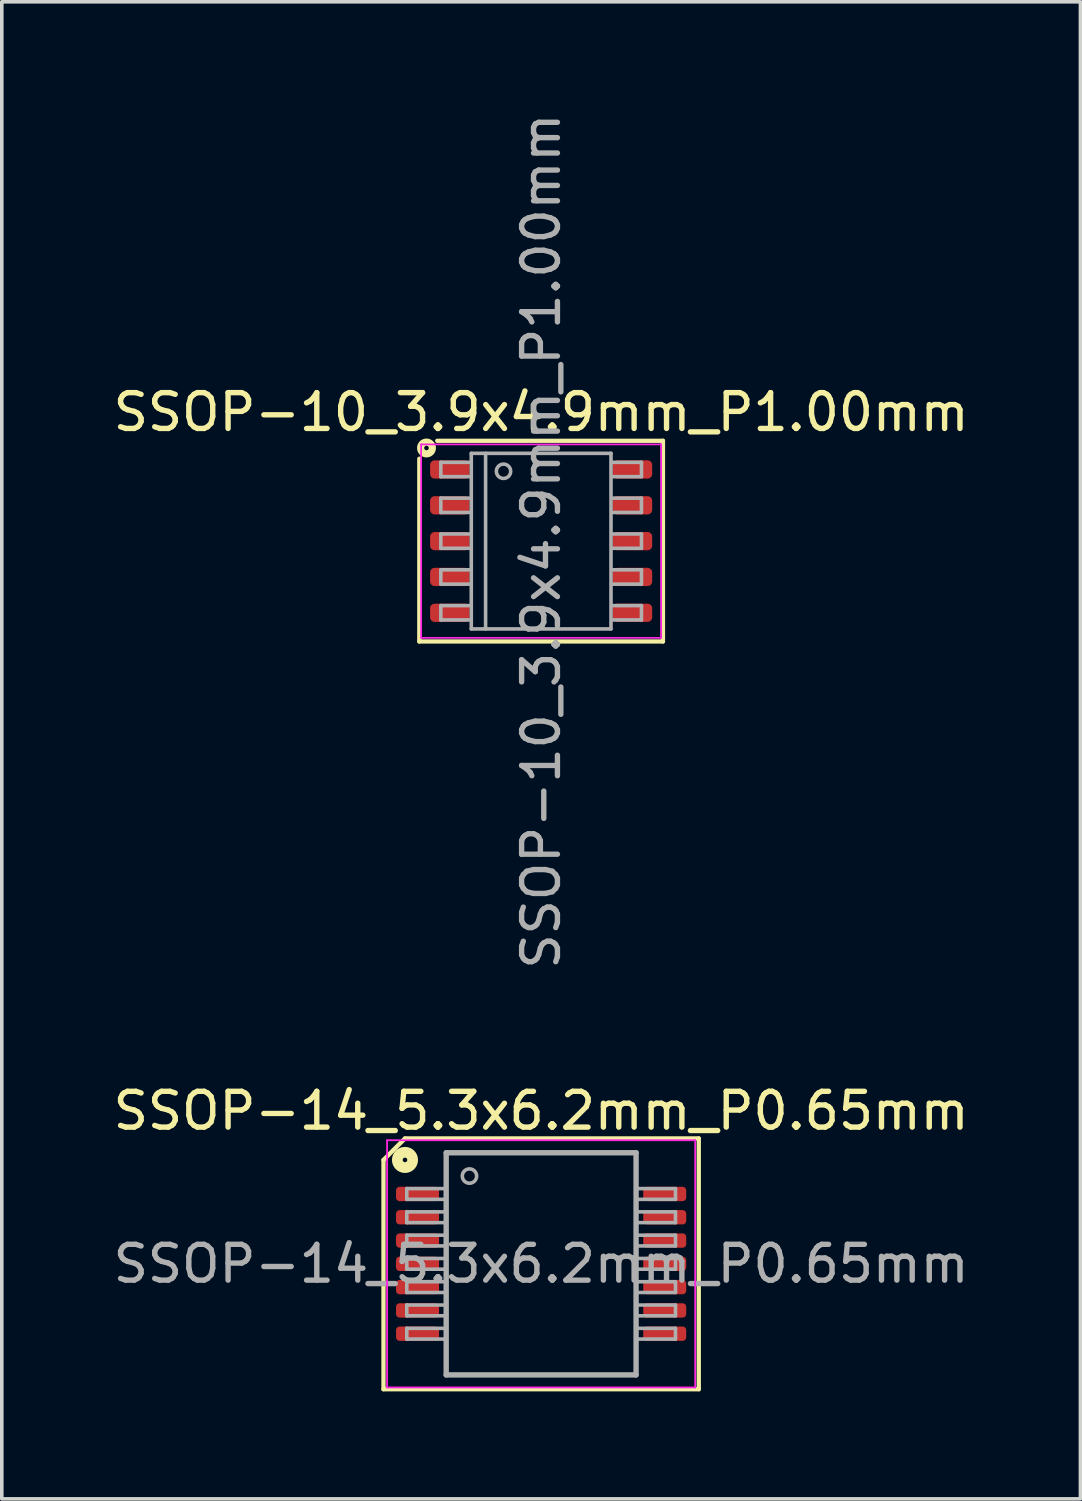
<source format=kicad_pcb>
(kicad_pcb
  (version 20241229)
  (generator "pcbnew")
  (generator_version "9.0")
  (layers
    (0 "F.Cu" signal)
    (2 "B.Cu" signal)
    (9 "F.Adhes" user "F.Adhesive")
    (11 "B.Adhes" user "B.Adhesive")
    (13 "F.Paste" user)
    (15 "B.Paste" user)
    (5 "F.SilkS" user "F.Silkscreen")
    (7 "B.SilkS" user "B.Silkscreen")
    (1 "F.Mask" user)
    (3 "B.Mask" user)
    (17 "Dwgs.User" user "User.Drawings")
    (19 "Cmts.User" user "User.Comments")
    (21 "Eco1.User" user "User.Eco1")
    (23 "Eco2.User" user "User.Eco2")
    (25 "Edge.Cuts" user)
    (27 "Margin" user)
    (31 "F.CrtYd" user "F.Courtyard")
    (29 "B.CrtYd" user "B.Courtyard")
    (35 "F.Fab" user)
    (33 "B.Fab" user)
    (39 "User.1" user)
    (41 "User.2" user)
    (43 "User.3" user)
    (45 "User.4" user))
  (footprint "SSOP-14_5.3x6.2mm_P0.65mm"
    (layer "F.Cu")
    (at 12.054 32.226)
    (property "Reference" "SSOP-14_5.3x6.2mm_P0.65mm" (at 0 -4.271 0) (layer "F.SilkS") (effects (font (size 1 1) (thickness 0.15))))
    (attr smd)
    (fp_line (start -4.4 -2.9) (end -4.4 3.5) (stroke (width 0.12) (type solid)) (layer "F.SilkS"))
    (fp_line (start -4.4 -2.9) (end -3.8 -3.5) (stroke (width 0.12) (type solid)) (layer "F.SilkS"))
    (fp_line (start -4.4 3.5) (end 4.4 3.5) (stroke (width 0.12) (type solid)) (layer "F.SilkS"))
    (fp_line (start 4.4 -3.5) (end -3.8 -3.5) (stroke (width 0.12) (type solid)) (layer "F.SilkS"))
    (fp_line (start 4.4 3.5) (end 4.4 -3.5) (stroke (width 0.12) (type solid)) (layer "F.SilkS"))
    (fp_circle (center -3.8 -2.9) (end -3.736 -2.9) (stroke (width 0.3) (type solid)) (fill no) (layer "F.SilkS"))
    (fp_line (start -4.3 -3.45) (end -4.3 3.45) (stroke (width 0.05) (type solid)) (layer "F.CrtYd"))
    (fp_line (start -4.3 -3.45) (end 4.3 -3.45) (stroke (width 0.05) (type solid)) (layer "F.CrtYd"))
    (fp_line (start -4.3 3.45) (end 4.3 3.45) (stroke (width 0.05) (type solid)) (layer "F.CrtYd"))
    (fp_line (start 4.3 -3.45) (end 4.3 3.45) (stroke (width 0.05) (type solid)) (layer "F.CrtYd"))
    (fp_line (start -3.75 -2.1) (end -3.75 -1.8) (stroke (width 0.1) (type solid)) (layer "F.Fab"))
    (fp_line (start -3.75 -2.1) (end -2.65 -2.1) (stroke (width 0.1) (type solid)) (layer "F.Fab"))
    (fp_line (start -3.75 -1.8) (end -2.65 -1.8) (stroke (width 0.1) (type solid)) (layer "F.Fab"))
    (fp_line (start -3.75 -1.45) (end -3.75 -1.15) (stroke (width 0.1) (type solid)) (layer "F.Fab"))
    (fp_line (start -3.75 -1.45) (end -2.65 -1.45) (stroke (width 0.1) (type solid)) (layer "F.Fab"))
    (fp_line (start -3.75 -1.15) (end -2.65 -1.15) (stroke (width 0.1) (type solid)) (layer "F.Fab"))
    (fp_line (start -3.75 -0.8) (end -3.75 -0.5) (stroke (width 0.1) (type solid)) (layer "F.Fab"))
    (fp_line (start -3.75 -0.8) (end -2.65 -0.8) (stroke (width 0.1) (type solid)) (layer "F.Fab"))
    (fp_line (start -3.75 -0.5) (end -2.65 -0.5) (stroke (width 0.1) (type solid)) (layer "F.Fab"))
    (fp_line (start -3.75 -0.15) (end -3.75 0.15) (stroke (width 0.1) (type solid)) (layer "F.Fab"))
    (fp_line (start -3.75 -0.15) (end -2.65 -0.15) (stroke (width 0.1) (type solid)) (layer "F.Fab"))
    (fp_line (start -3.75 0.15) (end -2.65 0.15) (stroke (width 0.1) (type solid)) (layer "F.Fab"))
    (fp_line (start -3.75 0.5) (end -3.75 0.8) (stroke (width 0.1) (type solid)) (layer "F.Fab"))
    (fp_line (start -3.75 0.5) (end -2.65 0.5) (stroke (width 0.1) (type solid)) (layer "F.Fab"))
    (fp_line (start -3.75 0.8) (end -2.65 0.8) (stroke (width 0.1) (type solid)) (layer "F.Fab"))
    (fp_line (start -3.75 1.15) (end -3.75 1.45) (stroke (width 0.1) (type solid)) (layer "F.Fab"))
    (fp_line (start -3.75 1.15) (end -2.65 1.15) (stroke (width 0.1) (type solid)) (layer "F.Fab"))
    (fp_line (start -3.75 1.45) (end -2.65 1.45) (stroke (width 0.1) (type solid)) (layer "F.Fab"))
    (fp_line (start -3.75 1.8) (end -3.75 2.1) (stroke (width 0.1) (type solid)) (layer "F.Fab"))
    (fp_line (start -3.75 1.8) (end -2.65 1.8) (stroke (width 0.1) (type solid)) (layer "F.Fab"))
    (fp_line (start -3.75 2.1) (end -2.65 2.1) (stroke (width 0.1) (type solid)) (layer "F.Fab"))
    (fp_line (start -2.65 -3.1) (end 2.65 -3.1) (stroke (width 0.15) (type solid)) (layer "F.Fab"))
    (fp_line (start -2.65 3.1) (end -2.65 -3.1) (stroke (width 0.15) (type solid)) (layer "F.Fab"))
    (fp_line (start 2.65 -3.1) (end 2.65 3.1) (stroke (width 0.15) (type solid)) (layer "F.Fab"))
    (fp_line (start 2.65 3.1) (end -2.65 3.1) (stroke (width 0.15) (type solid)) (layer "F.Fab"))
    (fp_line (start 3.75 -2.1) (end 2.65 -2.1) (stroke (width 0.1) (type solid)) (layer "F.Fab"))
    (fp_line (start 3.75 -1.8) (end 2.65 -1.8) (stroke (width 0.1) (type solid)) (layer "F.Fab"))
    (fp_line (start 3.75 -1.8) (end 3.75 -2.1) (stroke (width 0.1) (type solid)) (layer "F.Fab"))
    (fp_line (start 3.75 -1.45) (end 2.65 -1.45) (stroke (width 0.1) (type solid)) (layer "F.Fab"))
    (fp_line (start 3.75 -1.15) (end 2.65 -1.15) (stroke (width 0.1) (type solid)) (layer "F.Fab"))
    (fp_line (start 3.75 -1.15) (end 3.75 -1.45) (stroke (width 0.1) (type solid)) (layer "F.Fab"))
    (fp_line (start 3.75 -0.8) (end 2.65 -0.8) (stroke (width 0.1) (type solid)) (layer "F.Fab"))
    (fp_line (start 3.75 -0.5) (end 2.65 -0.5) (stroke (width 0.1) (type solid)) (layer "F.Fab"))
    (fp_line (start 3.75 -0.5) (end 3.75 -0.8) (stroke (width 0.1) (type solid)) (layer "F.Fab"))
    (fp_line (start 3.75 -0.15) (end 2.65 -0.15) (stroke (width 0.1) (type solid)) (layer "F.Fab"))
    (fp_line (start 3.75 0.15) (end 2.65 0.15) (stroke (width 0.1) (type solid)) (layer "F.Fab"))
    (fp_line (start 3.75 0.15) (end 3.75 -0.15) (stroke (width 0.1) (type solid)) (layer "F.Fab"))
    (fp_line (start 3.75 0.5) (end 2.65 0.5) (stroke (width 0.1) (type solid)) (layer "F.Fab"))
    (fp_line (start 3.75 0.8) (end 2.65 0.8) (stroke (width 0.1) (type solid)) (layer "F.Fab"))
    (fp_line (start 3.75 0.8) (end 3.75 0.5) (stroke (width 0.1) (type solid)) (layer "F.Fab"))
    (fp_line (start 3.75 1.15) (end 2.65 1.15) (stroke (width 0.1) (type solid)) (layer "F.Fab"))
    (fp_line (start 3.75 1.45) (end 2.65 1.45) (stroke (width 0.1) (type solid)) (layer "F.Fab"))
    (fp_line (start 3.75 1.45) (end 3.75 1.15) (stroke (width 0.1) (type solid)) (layer "F.Fab"))
    (fp_line (start 3.75 1.8) (end 2.65 1.8) (stroke (width 0.1) (type solid)) (layer "F.Fab"))
    (fp_line (start 3.75 2.1) (end 2.65 2.1) (stroke (width 0.1) (type solid)) (layer "F.Fab"))
    (fp_line (start 3.75 2.1) (end 3.75 1.8) (stroke (width 0.1) (type solid)) (layer "F.Fab"))
    (fp_circle (center -2 -2.45) (end -1.8 -2.45) (stroke (width 0.1) (type solid)) (fill no) (layer "F.Fab"))
    (fp_text user "${REFERENCE}" (at 0 0 0) (layer "F.Fab") (effects (font (size 1 1) (thickness 0.15))))
    (pad "1" smd roundrect (at -3.45 -1.95) (size 1.2 0.4) (layers "F.Cu" "F.Mask" "F.Paste") (roundrect_rratio 0.25))
    (pad "2" smd roundrect (at -3.45 -1.3) (size 1.2 0.4) (layers "F.Cu" "F.Mask" "F.Paste") (roundrect_rratio 0.25))
    (pad "3" smd roundrect (at -3.45 -0.65) (size 1.2 0.4) (layers "F.Cu" "F.Mask" "F.Paste") (roundrect_rratio 0.25))
    (pad "4" smd roundrect (at -3.45 0) (size 1.2 0.4) (layers "F.Cu" "F.Mask" "F.Paste") (roundrect_rratio 0.25))
    (pad "5" smd roundrect (at -3.45 0.65) (size 1.2 0.4) (layers "F.Cu" "F.Mask" "F.Paste") (roundrect_rratio 0.25))
    (pad "6" smd roundrect (at -3.45 1.3) (size 1.2 0.4) (layers "F.Cu" "F.Mask" "F.Paste") (roundrect_rratio 0.25))
    (pad "7" smd roundrect (at -3.45 1.95) (size 1.2 0.4) (layers "F.Cu" "F.Mask" "F.Paste") (roundrect_rratio 0.25))
    (pad "8" smd roundrect (at 3.45 1.95) (size 1.2 0.4) (layers "F.Cu" "F.Mask" "F.Paste") (roundrect_rratio 0.25))
    (pad "9" smd roundrect (at 3.45 1.3) (size 1.2 0.4) (layers "F.Cu" "F.Mask" "F.Paste") (roundrect_rratio 0.25))
    (pad "10" smd roundrect (at 3.45 0.65) (size 1.2 0.4) (layers "F.Cu" "F.Mask" "F.Paste") (roundrect_rratio 0.25))
    (pad "11" smd roundrect (at 3.45 0) (size 1.2 0.4) (layers "F.Cu" "F.Mask" "F.Paste") (roundrect_rratio 0.25))
    (pad "12" smd roundrect (at 3.45 -0.65) (size 1.2 0.4) (layers "F.Cu" "F.Mask" "F.Paste") (roundrect_rratio 0.25))
    (pad "13" smd roundrect (at 3.45 -1.3) (size 1.2 0.4) (layers "F.Cu" "F.Mask" "F.Paste") (roundrect_rratio 0.25))
    (pad "14" smd roundrect (at 3.45 -1.95) (size 1.2 0.4) (layers "F.Cu" "F.Mask" "F.Paste") (roundrect_rratio 0.25)))
  (footprint "SSOP-10_3.9x4.9mm_P1.00mm"
    (layer "F.Cu")
    (at 12.054 12.054)
    (property "Reference" "SSOP-10_3.9x4.9mm_P1.00mm" (at 0 -3.6 0) (layer "F.SilkS") (effects (font (size 1 1) (thickness 0.15))))
    (attr smd)
    (fp_line (start -3.4 -2.3) (end -3.4 2.8) (stroke (width 0.12) (type solid)) (layer "F.SilkS"))
    (fp_line (start -3.4 2.8) (end 3.4 2.8) (stroke (width 0.12) (type solid)) (layer "F.SilkS"))
    (fp_line (start 3.4 -2.8) (end -2.9 -2.8) (stroke (width 0.12) (type solid)) (layer "F.SilkS"))
    (fp_line (start 3.4 2.8) (end 3.4 -2.8) (stroke (width 0.12) (type solid)) (layer "F.SilkS"))
    (fp_circle (center -3.2 -2.6) (end -3.136 -2.6) (stroke (width 0.2) (type solid)) (fill no) (layer "F.SilkS"))
    (fp_line (start -3.35 -2.7) (end -3.35 2.7) (stroke (width 0.05) (type solid)) (layer "F.CrtYd"))
    (fp_line (start -3.35 -2.7) (end 3.35 -2.7) (stroke (width 0.05) (type solid)) (layer "F.CrtYd"))
    (fp_line (start -3.35 2.7) (end 3.35 2.7) (stroke (width 0.05) (type solid)) (layer "F.CrtYd"))
    (fp_line (start 3.35 -2.7) (end 3.35 2.7) (stroke (width 0.05) (type solid)) (layer "F.CrtYd"))
    (fp_line (start -2.8 -2.2) (end -2.8 -1.8) (stroke (width 0.1) (type solid)) (layer "F.Fab"))
    (fp_line (start -2.8 -2.2) (end -2 -2.2) (stroke (width 0.1) (type solid)) (layer "F.Fab"))
    (fp_line (start -2.8 -1.8) (end -2 -1.8) (stroke (width 0.1) (type solid)) (layer "F.Fab"))
    (fp_line (start -2.8 -1.2) (end -2.8 -0.8) (stroke (width 0.1) (type solid)) (layer "F.Fab"))
    (fp_line (start -2.8 -1.2) (end -2 -1.2) (stroke (width 0.1) (type solid)) (layer "F.Fab"))
    (fp_line (start -2.8 -0.8) (end -2 -0.8) (stroke (width 0.1) (type solid)) (layer "F.Fab"))
    (fp_line (start -2.8 -0.2) (end -2.8 0.2) (stroke (width 0.1) (type solid)) (layer "F.Fab"))
    (fp_line (start -2.8 -0.2) (end -2 -0.2) (stroke (width 0.1) (type solid)) (layer "F.Fab"))
    (fp_line (start -2.8 0.2) (end -2 0.2) (stroke (width 0.1) (type solid)) (layer "F.Fab"))
    (fp_line (start -2.8 0.8) (end -2.8 1.2) (stroke (width 0.1) (type solid)) (layer "F.Fab"))
    (fp_line (start -2.8 0.8) (end -2 0.8) (stroke (width 0.1) (type solid)) (layer "F.Fab"))
    (fp_line (start -2.8 1.2) (end -2 1.2) (stroke (width 0.1) (type solid)) (layer "F.Fab"))
    (fp_line (start -2.8 1.8) (end -2.8 2.2) (stroke (width 0.1) (type solid)) (layer "F.Fab"))
    (fp_line (start -2.8 1.8) (end -2 1.8) (stroke (width 0.1) (type solid)) (layer "F.Fab"))
    (fp_line (start -2.8 2.2) (end -2 2.2) (stroke (width 0.1) (type solid)) (layer "F.Fab"))
    (fp_line (start -1.95 -2.45) (end 1.95 -2.45) (stroke (width 0.1) (type solid)) (layer "F.Fab"))
    (fp_line (start -1.95 2.45) (end -1.95 -2.45) (stroke (width 0.1) (type solid)) (layer "F.Fab"))
    (fp_line (start -1.55 -2.45) (end -1.55 2.45) (stroke (width 0.1) (type solid)) (layer "F.Fab"))
    (fp_line (start 1.95 -2.45) (end 1.95 2.45) (stroke (width 0.1) (type solid)) (layer "F.Fab"))
    (fp_line (start 1.95 2.45) (end -1.95 2.45) (stroke (width 0.1) (type solid)) (layer "F.Fab"))
    (fp_line (start 2.8 -2.2) (end 2 -2.2) (stroke (width 0.1) (type solid)) (layer "F.Fab"))
    (fp_line (start 2.8 -1.8) (end 2 -1.8) (stroke (width 0.1) (type solid)) (layer "F.Fab"))
    (fp_line (start 2.8 -1.8) (end 2.8 -2.2) (stroke (width 0.1) (type solid)) (layer "F.Fab"))
    (fp_line (start 2.8 -1.2) (end 2 -1.2) (stroke (width 0.1) (type solid)) (layer "F.Fab"))
    (fp_line (start 2.8 -0.8) (end 2 -0.8) (stroke (width 0.1) (type solid)) (layer "F.Fab"))
    (fp_line (start 2.8 -0.8) (end 2.8 -1.2) (stroke (width 0.1) (type solid)) (layer "F.Fab"))
    (fp_line (start 2.8 -0.2) (end 2 -0.2) (stroke (width 0.1) (type solid)) (layer "F.Fab"))
    (fp_line (start 2.8 0.2) (end 2 0.2) (stroke (width 0.1) (type solid)) (layer "F.Fab"))
    (fp_line (start 2.8 0.2) (end 2.8 -0.2) (stroke (width 0.1) (type solid)) (layer "F.Fab"))
    (fp_line (start 2.8 0.8) (end 2 0.8) (stroke (width 0.1) (type solid)) (layer "F.Fab"))
    (fp_line (start 2.8 1.2) (end 2 1.2) (stroke (width 0.1) (type solid)) (layer "F.Fab"))
    (fp_line (start 2.8 1.2) (end 2.8 0.8) (stroke (width 0.1) (type solid)) (layer "F.Fab"))
    (fp_line (start 2.8 1.8) (end 2 1.8) (stroke (width 0.1) (type solid)) (layer "F.Fab"))
    (fp_line (start 2.8 2.2) (end 2 2.2) (stroke (width 0.1) (type solid)) (layer "F.Fab"))
    (fp_line (start 2.8 2.2) (end 2.8 1.8) (stroke (width 0.1) (type solid)) (layer "F.Fab"))
    (fp_circle (center -1.05 -1.95) (end -0.85 -1.95) (stroke (width 0.1) (type solid)) (fill no) (layer "F.Fab"))
    (fp_text user "${REFERENCE}" (at 0 0 90) (layer "F.Fab") (effects (font (size 1 1) (thickness 0.15))))
    (pad "1" smd roundrect (at -2.55 -2) (size 1.1 0.51) (layers "F.Cu" "F.Mask" "F.Paste") (roundrect_rratio 0.25))
    (pad "2" smd roundrect (at -2.55 -1) (size 1.1 0.51) (layers "F.Cu" "F.Mask" "F.Paste") (roundrect_rratio 0.25))
    (pad "3" smd roundrect (at -2.55 0) (size 1.1 0.51) (layers "F.Cu" "F.Mask" "F.Paste") (roundrect_rratio 0.25))
    (pad "4" smd roundrect (at -2.55 1) (size 1.1 0.51) (layers "F.Cu" "F.Mask" "F.Paste") (roundrect_rratio 0.25))
    (pad "5" smd roundrect (at -2.55 2) (size 1.1 0.51) (layers "F.Cu" "F.Mask" "F.Paste") (roundrect_rratio 0.25))
    (pad "6" smd roundrect (at 2.55 2) (size 1.1 0.51) (layers "F.Cu" "F.Mask" "F.Paste") (roundrect_rratio 0.25))
    (pad "7" smd roundrect (at 2.55 1) (size 1.1 0.51) (layers "F.Cu" "F.Mask" "F.Paste") (roundrect_rratio 0.25))
    (pad "8" smd roundrect (at 2.55 0) (size 1.1 0.51) (layers "F.Cu" "F.Mask" "F.Paste") (roundrect_rratio 0.25))
    (pad "9" smd roundrect (at 2.55 -1) (size 1.1 0.51) (layers "F.Cu" "F.Mask" "F.Paste") (roundrect_rratio 0.25))
    (pad "10" smd roundrect (at 2.55 -2) (size 1.1 0.51) (layers "F.Cu" "F.Mask" "F.Paste") (roundrect_rratio 0.25)))
  (gr_rect
    (start -3 -3)
    (end 27.107 38.786)
    (stroke (width 0.1) (type default))
    (fill no)
    (layer "Edge.Cuts")))
</source>
